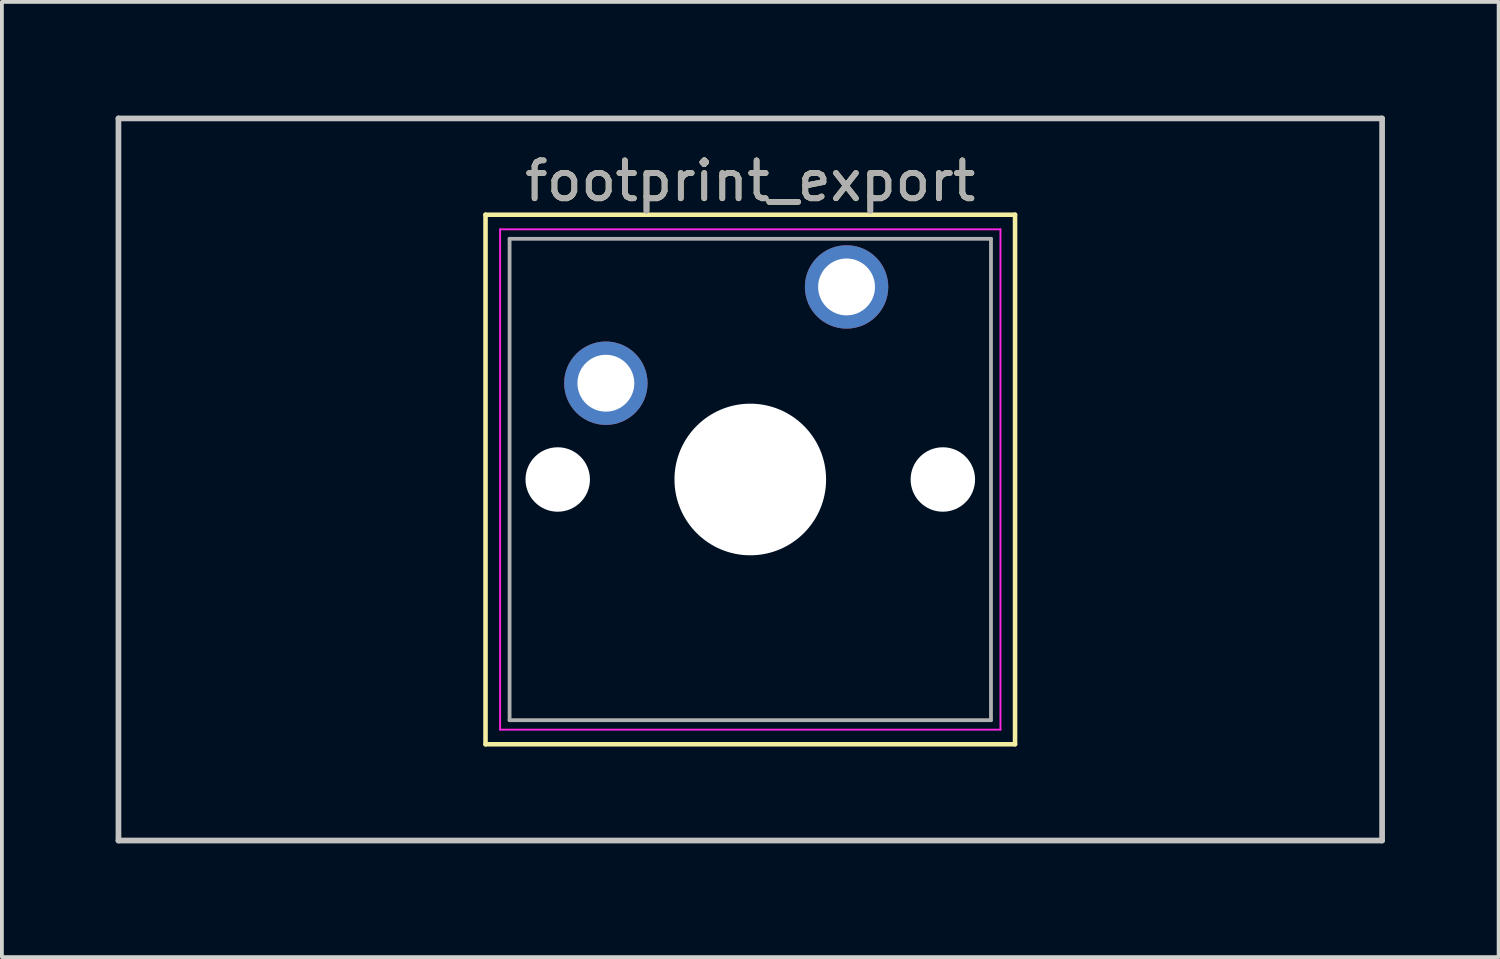
<source format=kicad_pcb>
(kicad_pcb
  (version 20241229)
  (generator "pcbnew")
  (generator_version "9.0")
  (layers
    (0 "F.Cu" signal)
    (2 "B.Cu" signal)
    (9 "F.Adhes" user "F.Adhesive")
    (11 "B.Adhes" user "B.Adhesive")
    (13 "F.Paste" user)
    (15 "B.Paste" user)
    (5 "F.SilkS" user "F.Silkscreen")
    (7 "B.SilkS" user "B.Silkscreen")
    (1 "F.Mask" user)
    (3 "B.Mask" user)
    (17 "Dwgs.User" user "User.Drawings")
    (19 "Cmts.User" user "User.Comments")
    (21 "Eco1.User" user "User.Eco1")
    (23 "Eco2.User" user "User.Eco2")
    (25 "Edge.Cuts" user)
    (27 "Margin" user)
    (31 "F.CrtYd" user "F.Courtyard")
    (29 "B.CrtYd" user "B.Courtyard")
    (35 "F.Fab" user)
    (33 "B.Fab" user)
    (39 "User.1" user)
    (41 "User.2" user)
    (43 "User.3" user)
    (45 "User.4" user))
  (footprint "footprint_export"
    (layer "F.Cu")
    (at 19.284 4.52)
    (property "Reference" "footprint_export" (at -2.54 -2.794 0) (layer "F.SilkS") (effects (font (size 1 1) (thickness 0.15))))
    (attr through_hole)
    (fp_line (start -9.525 -1.905) (end 4.445 -1.905) (stroke (width 0.12) (type solid)) (layer "F.SilkS"))
    (fp_line (start -9.525 12.065) (end -9.525 -1.905) (stroke (width 0.12) (type solid)) (layer "F.SilkS"))
    (fp_line (start 4.445 -1.905) (end 4.445 12.065) (stroke (width 0.12) (type solid)) (layer "F.SilkS"))
    (fp_line (start 4.445 12.065) (end -9.525 12.065) (stroke (width 0.12) (type solid)) (layer "F.SilkS"))
    (fp_line (start -19.209 -4.445) (end 14.129 -4.445) (stroke (width 0.15) (type solid)) (layer "Dwgs.User"))
    (fp_line (start -19.209 14.605) (end -19.209 -4.445) (stroke (width 0.15) (type solid)) (layer "Dwgs.User"))
    (fp_line (start 14.129 -4.445) (end 14.129 14.605) (stroke (width 0.15) (type solid)) (layer "Dwgs.User"))
    (fp_line (start 14.129 14.605) (end -19.209 14.605) (stroke (width 0.15) (type solid)) (layer "Dwgs.User"))
    (fp_line (start -9.14 -1.52) (end 4.06 -1.52) (stroke (width 0.05) (type solid)) (layer "F.CrtYd"))
    (fp_line (start -9.14 11.68) (end -9.14 -1.52) (stroke (width 0.05) (type solid)) (layer "F.CrtYd"))
    (fp_line (start 4.06 -1.52) (end 4.06 11.68) (stroke (width 0.05) (type solid)) (layer "F.CrtYd"))
    (fp_line (start 4.06 11.68) (end -9.14 11.68) (stroke (width 0.05) (type solid)) (layer "F.CrtYd"))
    (fp_line (start -8.89 -1.27) (end 3.81 -1.27) (stroke (width 0.1) (type solid)) (layer "F.Fab"))
    (fp_line (start -8.89 11.43) (end -8.89 -1.27) (stroke (width 0.1) (type solid)) (layer "F.Fab"))
    (fp_line (start 3.81 -1.27) (end 3.81 11.43) (stroke (width 0.1) (type solid)) (layer "F.Fab"))
    (fp_line (start 3.81 11.43) (end -8.89 11.43) (stroke (width 0.1) (type solid)) (layer "F.Fab"))
    (fp_text user "${REFERENCE}" (at -2.54 -2.794 0) (layer "F.Fab") (effects (font (size 1 1) (thickness 0.15))))
    (pad "" np_thru_hole circle (at -7.62 5.08) (size 1.7 1.7) (drill 1.7) (layers "*.Cu" "*.Mask"))
    (pad "" np_thru_hole circle (at -2.54 5.08) (size 4 4) (drill 4) (layers "*.Cu" "*.Mask"))
    (pad "" np_thru_hole circle (at 2.54 5.08) (size 1.7 1.7) (drill 1.7) (layers "*.Cu" "*.Mask"))
    (pad "1" thru_hole circle (at 0 0) (size 2.2 2.2) (drill 1.5) (layers "*.Cu" "*.Mask"))
    (pad "2" thru_hole circle (at -6.35 2.54) (size 2.2 2.2) (drill 1.5) (layers "*.Cu" "*.Mask")))
  (gr_rect
    (start -3 -3)
    (end 36.487 22.2)
    (stroke (width 0.1) (type default))
    (fill no)
    (layer "Edge.Cuts")))
</source>
